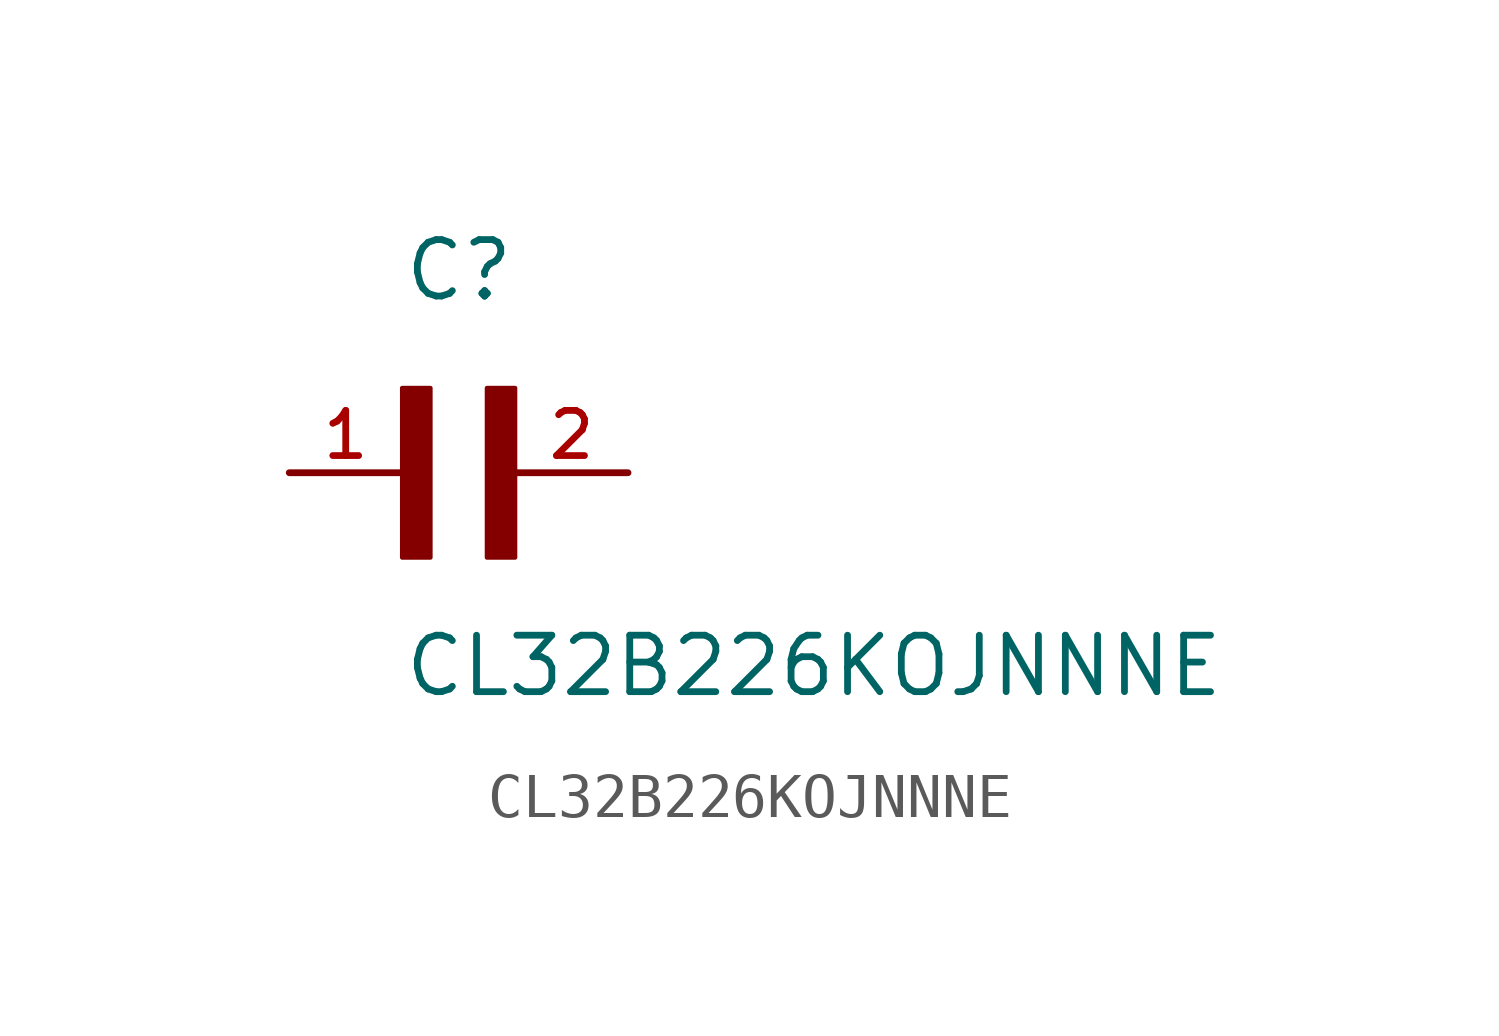
<source format=kicad_sym>
(kicad_symbol_lib
  (version 20211014)
  (generator kicad_symbol_editor)
  (symbol "CL32B226KOJNNNE"
    (pin_names
      (offset 1.016))
    (property "Reference" "C"
      (at 0.0 3.811 0)
      (effects (font (size 1.27 1.27)) (justify bottom left)))
    (property "Value" "CL32B226KOJNNNE"
      (at 0.0 -5.088 0)
      (effects (font (size 1.27 1.27)) (justify bottom left)))
    (symbol "CL32B226KOJNNNE_0_0"
      (rectangle (start 0.0 -1.907) (end 0.635 1.905) (stroke (width 0.1)) (fill (type outline)))
      (rectangle (start 1.907 -1.907) (end 2.54 1.905) (stroke (width 0.1)) (fill (type outline)))
      (pin passive line (at -2.54 0.0 0) (length 2.54) (name "~" (effects (font (size 1.016 1.016)))) (number "1" (effects (font (size 1.016 1.016)))))
      (pin passive line (at 5.08 0.0 180.0) (length 2.54) (name "~" (effects (font (size 1.016 1.016)))) (number "2" (effects (font (size 1.016 1.016))))))))
</source>
